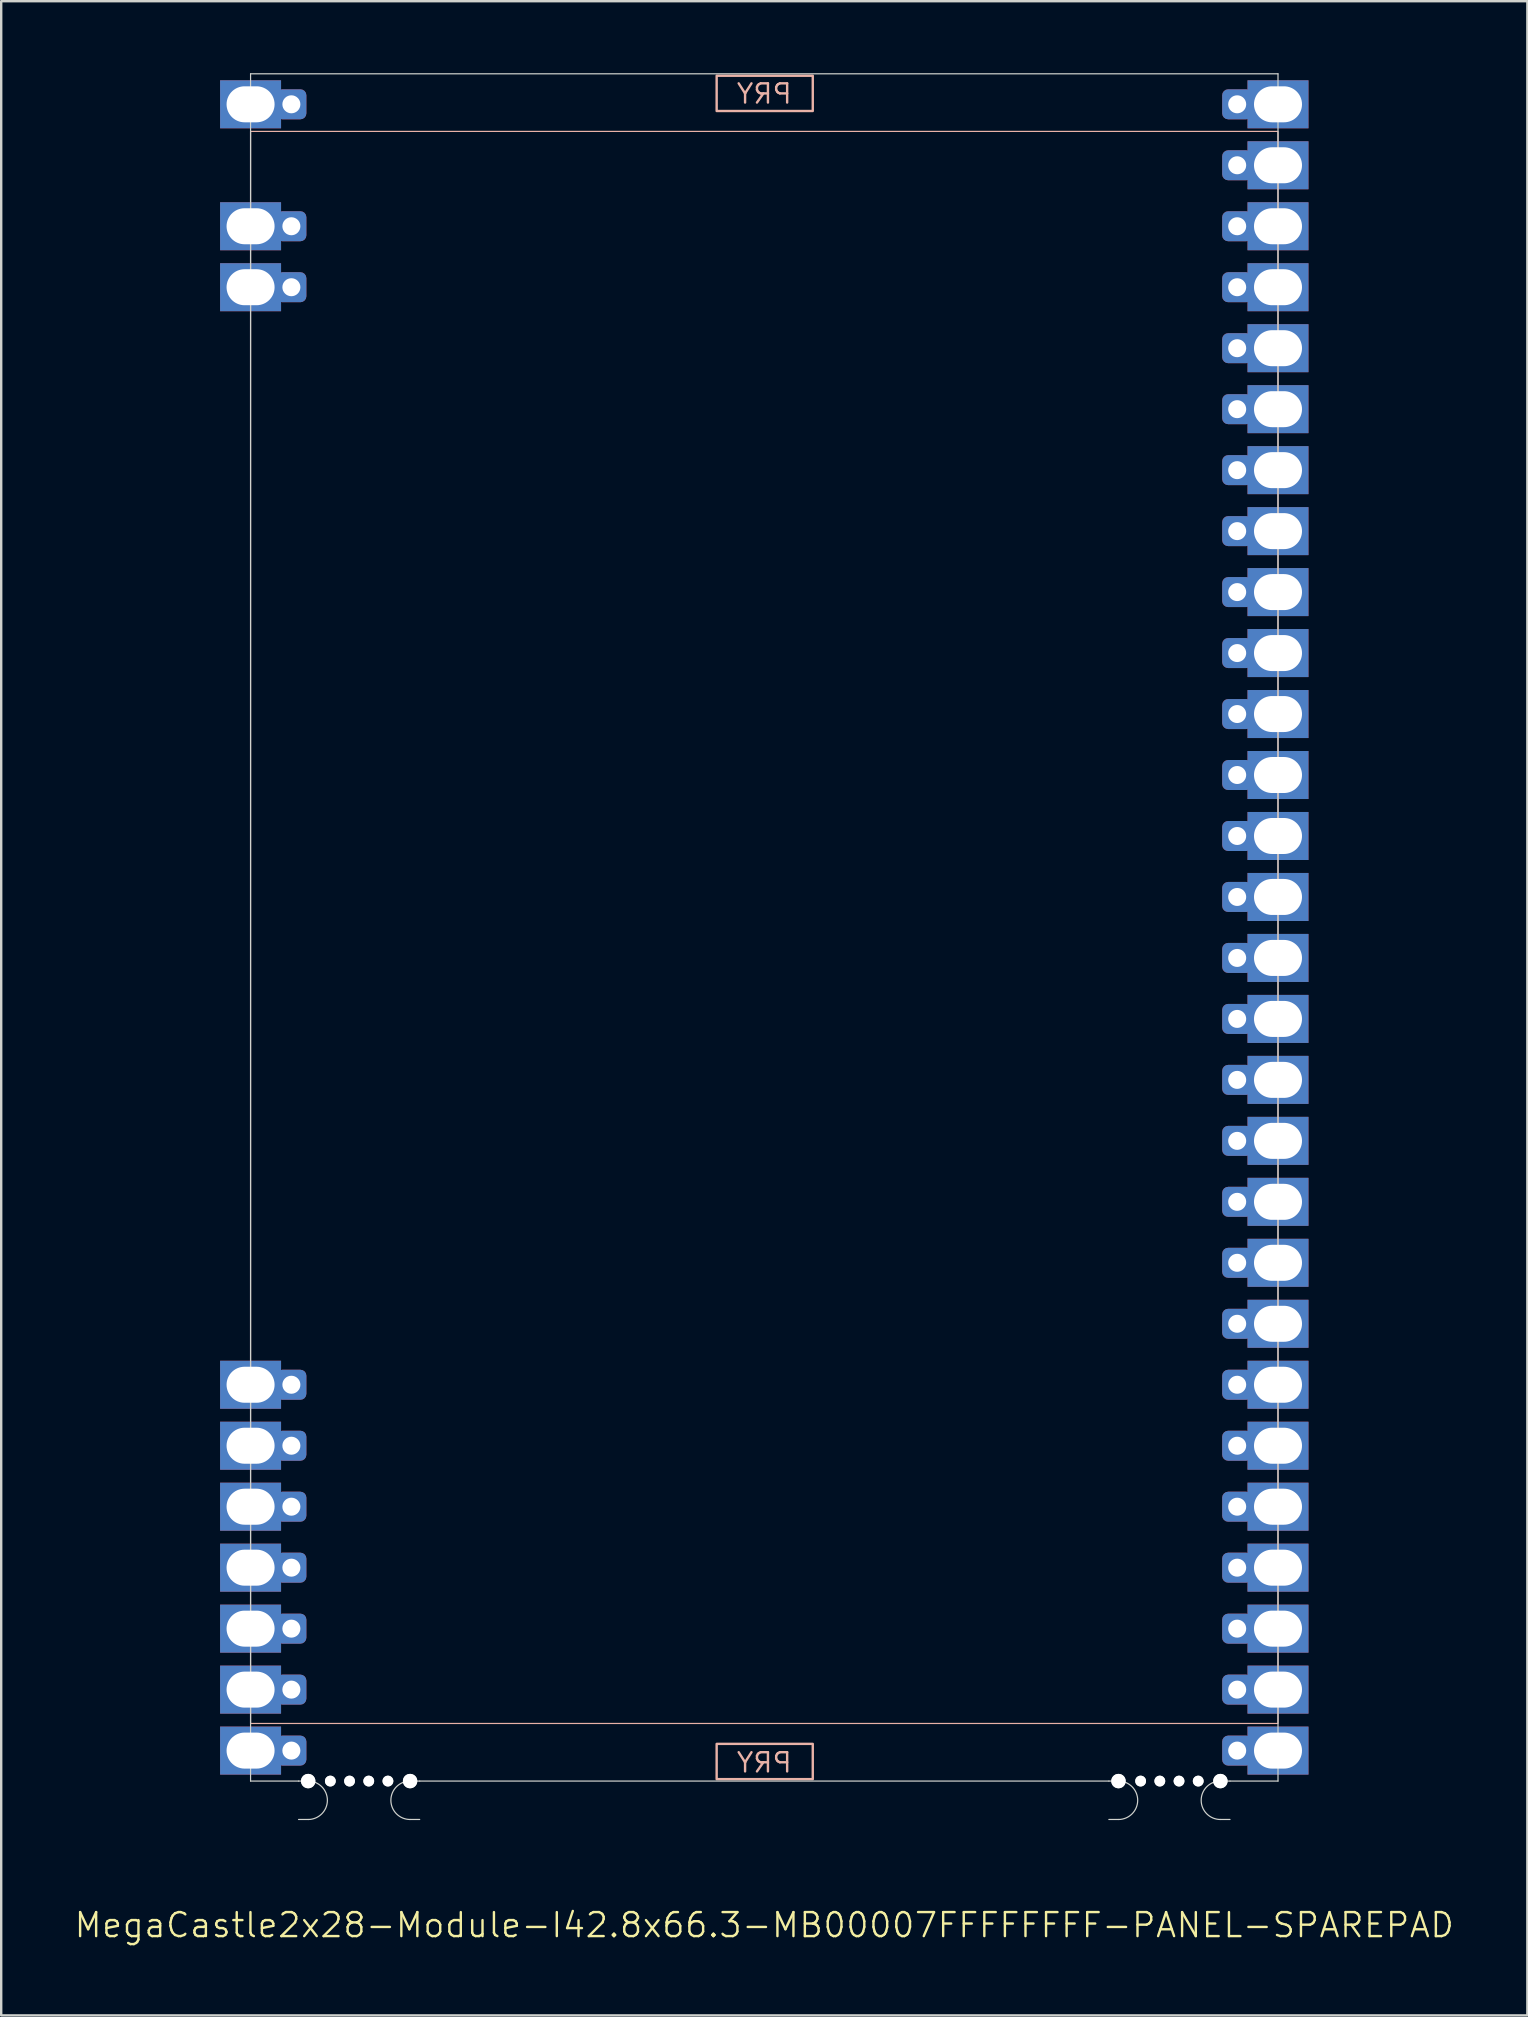
<source format=kicad_pcb>
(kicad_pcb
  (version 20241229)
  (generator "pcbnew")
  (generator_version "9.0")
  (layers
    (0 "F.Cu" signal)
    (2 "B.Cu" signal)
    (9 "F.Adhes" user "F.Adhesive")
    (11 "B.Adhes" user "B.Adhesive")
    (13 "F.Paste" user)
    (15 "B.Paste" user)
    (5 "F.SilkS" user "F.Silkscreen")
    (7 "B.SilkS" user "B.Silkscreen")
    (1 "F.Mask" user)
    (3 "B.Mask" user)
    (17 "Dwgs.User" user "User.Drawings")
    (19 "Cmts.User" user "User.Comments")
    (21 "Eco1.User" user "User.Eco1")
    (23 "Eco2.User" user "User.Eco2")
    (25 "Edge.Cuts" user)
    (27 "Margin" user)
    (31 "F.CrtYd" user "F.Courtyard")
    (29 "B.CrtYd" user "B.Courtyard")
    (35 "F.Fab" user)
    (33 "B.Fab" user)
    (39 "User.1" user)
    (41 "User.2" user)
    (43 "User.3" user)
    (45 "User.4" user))
  (footprint "MegaCastle2x28-Module-I42.8x66.3-MB00007FFFFFFFF-PANEL-SPAREPAD"
    (layer "F.Cu")
    (at 28.788 35.585)
    (property "Reference" "MegaCastle2x28-Module-I42.8x66.3-MB00007FFFFFFFF-PANEL-SPAREPAD" (at 0 41.56 0) (unlocked yes) (layer "F.SilkS") (effects (font (size 1 1) (thickness 0.1))))
    (attr smd)
    (fp_rect (start -21.4 33.16) (end 21.4 -33.16) (stroke (width 0.05) (type default)) (fill no) (layer "B.SilkS"))
    (fp_rect (start -1.984 -34.011) (end 2.02 -35.48) (stroke (width 0.1) (type default)) (fill no) (layer "B.SilkS"))
    (fp_rect (start -1.984 34.011) (end 2.02 35.48) (stroke (width 0.1) (type default)) (fill no) (layer "B.SilkS"))
    (fp_line (start -21.4 -35.56) (end -21.4 35.56) (stroke (width 0.05) (type default)) (layer "Edge.Cuts"))
    (fp_line (start -21.4 -35.56) (end 21.4 -35.56) (stroke (width 0.05) (type default)) (layer "Edge.Cuts"))
    (fp_line (start -21.4 35.56) (end -19.4 35.56) (stroke (width 0.05) (type default)) (layer "Edge.Cuts"))
    (fp_line (start -19.4 35.56) (end -19 35.56) (stroke (width 0.05) (type default)) (layer "Edge.Cuts"))
    (fp_line (start -19.4 37.16) (end -19 37.16) (stroke (width 0.05) (type default)) (layer "Edge.Cuts"))
    (fp_line (start -14.355 35.56) (end -14.755 35.56) (stroke (width 0.05) (type default)) (layer "Edge.Cuts"))
    (fp_line (start -14.355 35.56) (end 14.355 35.56) (stroke (width 0.05) (type default)) (layer "Edge.Cuts"))
    (fp_line (start -14.355 37.16) (end -14.755 37.16) (stroke (width 0.05) (type default)) (layer "Edge.Cuts"))
    (fp_line (start 14.355 35.56) (end 14.755 35.56) (stroke (width 0.05) (type default)) (layer "Edge.Cuts"))
    (fp_line (start 14.355 37.16) (end 14.755 37.16) (stroke (width 0.05) (type default)) (layer "Edge.Cuts"))
    (fp_line (start 19.4 35.56) (end 19 35.56) (stroke (width 0.05) (type default)) (layer "Edge.Cuts"))
    (fp_line (start 19.4 35.56) (end 21.4 35.56) (stroke (width 0.05) (type default)) (layer "Edge.Cuts"))
    (fp_line (start 19.4 37.16) (end 19 37.16) (stroke (width 0.05) (type default)) (layer "Edge.Cuts"))
    (fp_line (start 21.4 -35.56) (end 21.4 35.56) (stroke (width 0.05) (type default)) (layer "Edge.Cuts"))
    (fp_arc (start -19 35.560001) (mid -18.199999 36.360001) (end -19 37.16) (stroke (width 0.05) (type default)) (layer "Edge.Cuts"))
    (fp_arc (start -14.754999 37.16) (mid -15.554999 36.360001) (end -14.754999 35.560001) (stroke (width 0.05) (type default)) (layer "Edge.Cuts"))
    (fp_arc (start 14.754997 35.560001) (mid 15.554997 36.360001) (end 14.754997 37.16) (stroke (width 0.05) (type default)) (layer "Edge.Cuts"))
    (fp_arc (start 18.999998 37.16) (mid 18.2 36.36) (end 18.999998 35.560001) (stroke (width 0.05) (type default)) (layer "Edge.Cuts"))
    (fp_text user "PRY" (at 0 -34.26 0) (unlocked yes) (layer "B.SilkS") (effects (font (size 0.8 0.8) (thickness 0.1)) (justify bottom mirror)))
    (fp_text user "PRY" (at 0 35.26 0) (unlocked yes) (layer "B.SilkS") (effects (font (size 0.8 0.8) (thickness 0.1)) (justify bottom mirror)))
    (pad "" np_thru_hole circle (at -19 35.56) (size 0.6 0.6) (drill 0.6) (layers "*.Cu" "Edge.Cuts"))
    (pad "" np_thru_hole circle (at -18.077 35.56) (size 0.45 0.45) (drill 0.45) (layers "*.Cu" "Edge.Cuts"))
    (pad "" np_thru_hole circle (at -17.277 35.56) (size 0.45 0.45) (drill 0.45) (layers "*.Cu" "Edge.Cuts"))
    (pad "" np_thru_hole circle (at -16.477 35.56) (size 0.45 0.45) (drill 0.45) (layers "*.Cu" "Edge.Cuts"))
    (pad "" np_thru_hole circle (at -15.678 35.56) (size 0.45 0.45) (drill 0.45) (layers "*.Cu" "Edge.Cuts"))
    (pad "" np_thru_hole circle (at -14.755 35.56) (size 0.6 0.6) (drill 0.6) (layers "*.Cu" "Edge.Cuts"))
    (pad "" np_thru_hole circle (at 14.755 35.56) (size 0.6 0.6) (drill 0.6) (layers "*.Cu" "Edge.Cuts"))
    (pad "" np_thru_hole circle (at 15.677 35.56) (size 0.45 0.45) (drill 0.45) (layers "*.Cu" "Edge.Cuts"))
    (pad "" np_thru_hole circle (at 16.477 35.56) (size 0.45 0.45) (drill 0.45) (layers "*.Cu" "Edge.Cuts"))
    (pad "" np_thru_hole circle (at 17.277 35.56) (size 0.45 0.45) (drill 0.45) (layers "*.Cu" "Edge.Cuts"))
    (pad "" np_thru_hole circle (at 18.077 35.56) (size 0.45 0.45) (drill 0.45) (layers "*.Cu" "Edge.Cuts"))
    (pad "" np_thru_hole circle (at 19 35.56) (size 0.6 0.6) (drill 0.6) (layers "*.Cu" "Edge.Cuts"))
    (pad "1" thru_hole rect (at -21.4 -34.29) (size 2.54 2) (drill oval 2 1.5) (property pad_prop_castellated) (layers "*.Cu" "*.Mask"))
    (pad "1" thru_hole roundrect (at -19.7 -34.29 180) (size 1.25 1.25) (drill 0.75) (layers "*.Cu" "*.Mask") (roundrect_rratio 0.2))
    (pad "3" thru_hole rect (at -21.4 -29.21) (size 2.54 2) (drill oval 2 1.5) (property pad_prop_castellated) (layers "*.Cu" "*.Mask"))
    (pad "3" thru_hole roundrect (at -19.7 -29.21 180) (size 1.25 1.25) (drill 0.75) (layers "*.Cu" "*.Mask") (roundrect_rratio 0.2))
    (pad "4" thru_hole rect (at -21.4 -26.67) (size 2.54 2) (drill oval 2 1.5) (property pad_prop_castellated) (layers "*.Cu" "*.Mask"))
    (pad "4" thru_hole roundrect (at -19.7 -26.67 180) (size 1.25 1.25) (drill 0.75) (layers "*.Cu" "*.Mask") (roundrect_rratio 0.2))
    (pad "22" thru_hole rect (at -21.4 19.05) (size 2.54 2) (drill oval 2 1.5) (property pad_prop_castellated) (layers "*.Cu" "*.Mask"))
    (pad "22" thru_hole roundrect (at -19.7 19.05 180) (size 1.25 1.25) (drill 0.75) (layers "*.Cu" "*.Mask") (roundrect_rratio 0.2))
    (pad "23" thru_hole rect (at -21.4 21.59) (size 2.54 2) (drill oval 2 1.5) (property pad_prop_castellated) (layers "*.Cu" "*.Mask"))
    (pad "23" thru_hole roundrect (at -19.7 21.59 180) (size 1.25 1.25) (drill 0.75) (layers "*.Cu" "*.Mask") (roundrect_rratio 0.2))
    (pad "24" thru_hole rect (at -21.4 24.13) (size 2.54 2) (drill oval 2 1.5) (property pad_prop_castellated) (layers "*.Cu" "*.Mask"))
    (pad "24" thru_hole roundrect (at -19.7 24.13 180) (size 1.25 1.25) (drill 0.75) (layers "*.Cu" "*.Mask") (roundrect_rratio 0.2))
    (pad "25" thru_hole rect (at -21.4 26.67) (size 2.54 2) (drill oval 2 1.5) (property pad_prop_castellated) (layers "*.Cu" "*.Mask"))
    (pad "25" thru_hole roundrect (at -19.7 26.67 180) (size 1.25 1.25) (drill 0.75) (layers "*.Cu" "*.Mask") (roundrect_rratio 0.2))
    (pad "26" thru_hole rect (at -21.4 29.21) (size 2.54 2) (drill oval 2 1.5) (property pad_prop_castellated) (layers "*.Cu" "*.Mask"))
    (pad "26" thru_hole roundrect (at -19.7 29.21 180) (size 1.25 1.25) (drill 0.75) (layers "*.Cu" "*.Mask") (roundrect_rratio 0.2))
    (pad "27" thru_hole rect (at -21.4 31.75) (size 2.54 2) (drill oval 2 1.5) (property pad_prop_castellated) (layers "*.Cu" "*.Mask"))
    (pad "27" thru_hole roundrect (at -19.7 31.75 180) (size 1.25 1.25) (drill 0.75) (layers "*.Cu" "*.Mask") (roundrect_rratio 0.2))
    (pad "28" thru_hole rect (at -21.4 34.29) (size 2.54 2) (drill oval 2 1.5) (property pad_prop_castellated) (layers "*.Cu" "*.Mask"))
    (pad "28" thru_hole roundrect (at -19.7 34.29 180) (size 1.25 1.25) (drill 0.75) (layers "*.Cu" "*.Mask") (roundrect_rratio 0.2))
    (pad "29" thru_hole roundrect (at 19.7 -34.29 180) (size 1.25 1.25) (drill 0.75) (layers "*.Cu" "*.Mask") (roundrect_rratio 0.2))
    (pad "29" thru_hole rect (at 21.4 -34.29) (size 2.54 2) (drill oval 2 1.5) (property pad_prop_castellated) (layers "*.Cu" "*.Mask"))
    (pad "30" thru_hole roundrect (at 19.7 -31.75 180) (size 1.25 1.25) (drill 0.75) (layers "*.Cu" "*.Mask") (roundrect_rratio 0.2))
    (pad "30" thru_hole rect (at 21.4 -31.75) (size 2.54 2) (drill oval 2 1.5) (property pad_prop_castellated) (layers "*.Cu" "*.Mask"))
    (pad "31" thru_hole roundrect (at 19.7 -29.21 180) (size 1.25 1.25) (drill 0.75) (layers "*.Cu" "*.Mask") (roundrect_rratio 0.2))
    (pad "31" thru_hole rect (at 21.4 -29.21) (size 2.54 2) (drill oval 2 1.5) (property pad_prop_castellated) (layers "*.Cu" "*.Mask"))
    (pad "32" thru_hole roundrect (at 19.7 -26.67 180) (size 1.25 1.25) (drill 0.75) (layers "*.Cu" "*.Mask") (roundrect_rratio 0.2))
    (pad "32" thru_hole rect (at 21.4 -26.67) (size 2.54 2) (drill oval 2 1.5) (property pad_prop_castellated) (layers "*.Cu" "*.Mask"))
    (pad "33" thru_hole roundrect (at 19.7 -24.13 180) (size 1.25 1.25) (drill 0.75) (layers "*.Cu" "*.Mask") (roundrect_rratio 0.2))
    (pad "33" thru_hole rect (at 21.4 -24.13) (size 2.54 2) (drill oval 2 1.5) (property pad_prop_castellated) (layers "*.Cu" "*.Mask"))
    (pad "34" thru_hole roundrect (at 19.7 -21.59 180) (size 1.25 1.25) (drill 0.75) (layers "*.Cu" "*.Mask") (roundrect_rratio 0.2))
    (pad "34" thru_hole rect (at 21.4 -21.59) (size 2.54 2) (drill oval 2 1.5) (property pad_prop_castellated) (layers "*.Cu" "*.Mask"))
    (pad "35" thru_hole roundrect (at 19.7 -19.05 180) (size 1.25 1.25) (drill 0.75) (layers "*.Cu" "*.Mask") (roundrect_rratio 0.2))
    (pad "35" thru_hole rect (at 21.4 -19.05) (size 2.54 2) (drill oval 2 1.5) (property pad_prop_castellated) (layers "*.Cu" "*.Mask"))
    (pad "36" thru_hole roundrect (at 19.7 -16.51 180) (size 1.25 1.25) (drill 0.75) (layers "*.Cu" "*.Mask") (roundrect_rratio 0.2))
    (pad "36" thru_hole rect (at 21.4 -16.51) (size 2.54 2) (drill oval 2 1.5) (property pad_prop_castellated) (layers "*.Cu" "*.Mask"))
    (pad "37" thru_hole roundrect (at 19.7 -13.97 180) (size 1.25 1.25) (drill 0.75) (layers "*.Cu" "*.Mask") (roundrect_rratio 0.2))
    (pad "37" thru_hole rect (at 21.4 -13.97) (size 2.54 2) (drill oval 2 1.5) (property pad_prop_castellated) (layers "*.Cu" "*.Mask"))
    (pad "38" thru_hole roundrect (at 19.7 -11.43 180) (size 1.25 1.25) (drill 0.75) (layers "*.Cu" "*.Mask") (roundrect_rratio 0.2))
    (pad "38" thru_hole rect (at 21.4 -11.43) (size 2.54 2) (drill oval 2 1.5) (property pad_prop_castellated) (layers "*.Cu" "*.Mask"))
    (pad "39" thru_hole roundrect (at 19.7 -8.89 180) (size 1.25 1.25) (drill 0.75) (layers "*.Cu" "*.Mask") (roundrect_rratio 0.2))
    (pad "39" thru_hole rect (at 21.4 -8.89) (size 2.54 2) (drill oval 2 1.5) (property pad_prop_castellated) (layers "*.Cu" "*.Mask"))
    (pad "40" thru_hole roundrect (at 19.7 -6.35 180) (size 1.25 1.25) (drill 0.75) (layers "*.Cu" "*.Mask") (roundrect_rratio 0.2))
    (pad "40" thru_hole rect (at 21.4 -6.35) (size 2.54 2) (drill oval 2 1.5) (property pad_prop_castellated) (layers "*.Cu" "*.Mask"))
    (pad "41" thru_hole roundrect (at 19.7 -3.81 180) (size 1.25 1.25) (drill 0.75) (layers "*.Cu" "*.Mask") (roundrect_rratio 0.2))
    (pad "41" thru_hole rect (at 21.4 -3.81) (size 2.54 2) (drill oval 2 1.5) (property pad_prop_castellated) (layers "*.Cu" "*.Mask"))
    (pad "42" thru_hole roundrect (at 19.7 -1.27 180) (size 1.25 1.25) (drill 0.75) (layers "*.Cu" "*.Mask") (roundrect_rratio 0.2))
    (pad "42" thru_hole rect (at 21.4 -1.27) (size 2.54 2) (drill oval 2 1.5) (property pad_prop_castellated) (layers "*.Cu" "*.Mask"))
    (pad "43" thru_hole roundrect (at 19.7 1.27 180) (size 1.25 1.25) (drill 0.75) (layers "*.Cu" "*.Mask") (roundrect_rratio 0.2))
    (pad "43" thru_hole rect (at 21.4 1.27) (size 2.54 2) (drill oval 2 1.5) (property pad_prop_castellated) (layers "*.Cu" "*.Mask"))
    (pad "44" thru_hole roundrect (at 19.7 3.81 180) (size 1.25 1.25) (drill 0.75) (layers "*.Cu" "*.Mask") (roundrect_rratio 0.2))
    (pad "44" thru_hole rect (at 21.4 3.81) (size 2.54 2) (drill oval 2 1.5) (property pad_prop_castellated) (layers "*.Cu" "*.Mask"))
    (pad "45" thru_hole roundrect (at 19.7 6.35 180) (size 1.25 1.25) (drill 0.75) (layers "*.Cu" "*.Mask") (roundrect_rratio 0.2))
    (pad "45" thru_hole rect (at 21.4 6.35) (size 2.54 2) (drill oval 2 1.5) (property pad_prop_castellated) (layers "*.Cu" "*.Mask"))
    (pad "46" thru_hole roundrect (at 19.7 8.89 180) (size 1.25 1.25) (drill 0.75) (layers "*.Cu" "*.Mask") (roundrect_rratio 0.2))
    (pad "46" thru_hole rect (at 21.4 8.89) (size 2.54 2) (drill oval 2 1.5) (property pad_prop_castellated) (layers "*.Cu" "*.Mask"))
    (pad "47" thru_hole roundrect (at 19.7 11.43 180) (size 1.25 1.25) (drill 0.75) (layers "*.Cu" "*.Mask") (roundrect_rratio 0.2))
    (pad "47" thru_hole rect (at 21.4 11.43) (size 2.54 2) (drill oval 2 1.5) (property pad_prop_castellated) (layers "*.Cu" "*.Mask"))
    (pad "48" thru_hole roundrect (at 19.7 13.97 180) (size 1.25 1.25) (drill 0.75) (layers "*.Cu" "*.Mask") (roundrect_rratio 0.2))
    (pad "48" thru_hole rect (at 21.4 13.97) (size 2.54 2) (drill oval 2 1.5) (property pad_prop_castellated) (layers "*.Cu" "*.Mask"))
    (pad "49" thru_hole roundrect (at 19.7 16.51 180) (size 1.25 1.25) (drill 0.75) (layers "*.Cu" "*.Mask") (roundrect_rratio 0.2))
    (pad "49" thru_hole rect (at 21.4 16.51) (size 2.54 2) (drill oval 2 1.5) (property pad_prop_castellated) (layers "*.Cu" "*.Mask"))
    (pad "50" thru_hole roundrect (at 19.7 19.05 180) (size 1.25 1.25) (drill 0.75) (layers "*.Cu" "*.Mask") (roundrect_rratio 0.2))
    (pad "50" thru_hole rect (at 21.4 19.05) (size 2.54 2) (drill oval 2 1.5) (property pad_prop_castellated) (layers "*.Cu" "*.Mask"))
    (pad "51" thru_hole roundrect (at 19.7 21.59 180) (size 1.25 1.25) (drill 0.75) (layers "*.Cu" "*.Mask") (roundrect_rratio 0.2))
    (pad "51" thru_hole rect (at 21.4 21.59) (size 2.54 2) (drill oval 2 1.5) (property pad_prop_castellated) (layers "*.Cu" "*.Mask"))
    (pad "52" thru_hole roundrect (at 19.7 24.13 180) (size 1.25 1.25) (drill 0.75) (layers "*.Cu" "*.Mask") (roundrect_rratio 0.2))
    (pad "52" thru_hole rect (at 21.4 24.13) (size 2.54 2) (drill oval 2 1.5) (property pad_prop_castellated) (layers "*.Cu" "*.Mask"))
    (pad "53" thru_hole roundrect (at 19.7 26.67 180) (size 1.25 1.25) (drill 0.75) (layers "*.Cu" "*.Mask") (roundrect_rratio 0.2))
    (pad "53" thru_hole rect (at 21.4 26.67) (size 2.54 2) (drill oval 2 1.5) (property pad_prop_castellated) (layers "*.Cu" "*.Mask"))
    (pad "54" thru_hole roundrect (at 19.7 29.21 180) (size 1.25 1.25) (drill 0.75) (layers "*.Cu" "*.Mask") (roundrect_rratio 0.2))
    (pad "54" thru_hole rect (at 21.4 29.21) (size 2.54 2) (drill oval 2 1.5) (property pad_prop_castellated) (layers "*.Cu" "*.Mask"))
    (pad "55" thru_hole roundrect (at 19.7 31.75 180) (size 1.25 1.25) (drill 0.75) (layers "*.Cu" "*.Mask") (roundrect_rratio 0.2))
    (pad "55" thru_hole rect (at 21.4 31.75) (size 2.54 2) (drill oval 2 1.5) (property pad_prop_castellated) (layers "*.Cu" "*.Mask"))
    (pad "56" thru_hole roundrect (at 19.7 34.29 180) (size 1.25 1.25) (drill 0.75) (layers "*.Cu" "*.Mask") (roundrect_rratio 0.2))
    (pad "56" thru_hole rect (at 21.4 34.29) (size 2.54 2) (drill oval 2 1.5) (property pad_prop_castellated) (layers "*.Cu" "*.Mask"))
    (zone (net_name "") (layer "B.Cu") (hatch edge 0.5) (connect_pads) (min_thickness 0.25) (filled_areas_thickness no) (keepout (tracks allowed) (vias allowed) (pads allowed) (copperpour allowed) (footprints not_allowed)) (placement (enabled no)) (fill) (polygon (pts (xy 7.388 71.145) (xy 7.388 0.025))))
    (zone (net_name "") (layer "B.Cu") (hatch edge 0.5) (connect_pads) (min_thickness 0.25) (filled_areas_thickness no) (keepout (tracks allowed) (vias allowed) (pads allowed) (copperpour allowed) (footprints not_allowed)) (placement (enabled no)) (fill) (polygon (pts (xy 50.188 71.145) (xy 50.188 0.025))))
    (zone (net_name "") (layer "B.Cu") (hatch edge 0.5) (connect_pads) (min_thickness 0.25) (filled_areas_thickness no) (keepout (tracks allowed) (vias allowed) (pads allowed) (copperpour allowed) (footprints not_allowed)) (placement (enabled no)) (fill) (polygon (pts (xy 7.388 0.025) (xy 7.388 2.425) (xy 50.188 2.425) (xy 50.188 0.025))))
    (zone (net_name "") (layer "B.Cu") (hatch edge 0.5) (connect_pads) (min_thickness 0.25) (filled_areas_thickness no) (keepout (tracks allowed) (vias allowed) (pads allowed) (copperpour allowed) (footprints not_allowed)) (placement (enabled no)) (fill) (polygon (pts (xy 7.388 71.145) (xy 7.388 68.745) (xy 50.188 68.745) (xy 50.188 71.145))))
    (zone (net_name "") (layer "B.Cu") (name "Upper Pry Zone") (hatch edge 0.5) (connect_pads) (min_thickness 0.25) (filled_areas_thickness no) (keepout (tracks not_allowed) (vias not_allowed) (pads not_allowed) (copperpour allowed) (footprints not_allowed)) (placement (enabled no)) (fill) (polygon (pts (xy 26.804 1.574) (xy 26.804 0.105) (xy 30.808 0.105) (xy 30.808 1.574))))
    (zone (net_name "") (layer "B.Cu") (name "Upper Pry Zone") (hatch edge 0.5) (connect_pads) (min_thickness 0.25) (filled_areas_thickness no) (keepout (tracks not_allowed) (vias not_allowed) (pads not_allowed) (copperpour allowed) (footprints not_allowed)) (placement (enabled no)) (fill) (polygon (pts (xy 26.804 69.596) (xy 26.804 71.065) (xy 30.808 71.065) (xy 30.808 69.596)))))
  (gr_rect
    (start -3 -3)
    (end 60.576 80.906)
    (stroke (width 0.1) (type default))
    (fill no)
    (layer "Edge.Cuts")))
</source>
